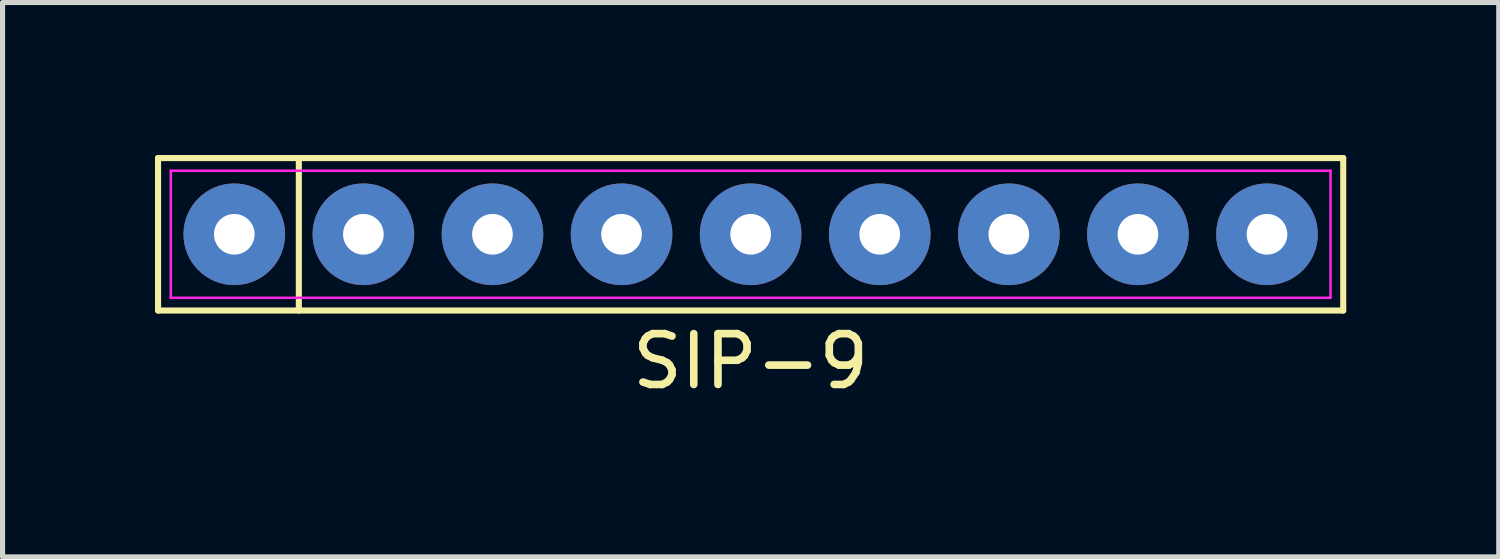
<source format=kicad_pcb>
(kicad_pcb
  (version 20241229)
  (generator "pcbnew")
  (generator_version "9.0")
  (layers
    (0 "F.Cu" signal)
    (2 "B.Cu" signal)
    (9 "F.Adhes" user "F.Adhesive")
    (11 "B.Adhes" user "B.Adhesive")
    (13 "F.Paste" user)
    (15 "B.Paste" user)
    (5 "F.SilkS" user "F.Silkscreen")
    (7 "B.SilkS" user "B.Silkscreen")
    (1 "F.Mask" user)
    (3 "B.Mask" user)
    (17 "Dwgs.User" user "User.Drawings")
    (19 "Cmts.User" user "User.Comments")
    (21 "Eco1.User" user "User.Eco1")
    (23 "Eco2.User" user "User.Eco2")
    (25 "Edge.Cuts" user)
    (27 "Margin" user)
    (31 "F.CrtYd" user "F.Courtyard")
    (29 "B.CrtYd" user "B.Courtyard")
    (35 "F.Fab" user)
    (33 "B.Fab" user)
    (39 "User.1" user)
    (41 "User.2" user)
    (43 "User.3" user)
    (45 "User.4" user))
  (footprint "SIP-9"
    (layer "F.Cu")
    (at 11.72 1.56)
    (property "Reference" "SIP-9" (at 0 2.5 0) (layer "F.SilkS") (effects (font (size 1 1) (thickness 0.15))))
    (attr through_hole)
    (fp_line (start -11.66 -1.5) (end 11.66 -1.5) (stroke (width 0.12) (type solid)) (layer "F.SilkS"))
    (fp_line (start -11.66 1.5) (end -11.66 -1.5) (stroke (width 0.12) (type solid)) (layer "F.SilkS"))
    (fp_line (start -8.89 -1.5) (end -8.89 1.5) (stroke (width 0.12) (type solid)) (layer "F.SilkS"))
    (fp_line (start 11.66 -1.5) (end 11.66 1.5) (stroke (width 0.12) (type solid)) (layer "F.SilkS"))
    (fp_line (start 11.66 1.5) (end -11.66 1.5) (stroke (width 0.12) (type solid)) (layer "F.SilkS"))
    (fp_line (start -11.41 -1.25) (end 11.41 -1.25) (stroke (width 0.05) (type solid)) (layer "F.CrtYd"))
    (fp_line (start -11.41 1.25) (end -11.41 -1.25) (stroke (width 0.05) (type solid)) (layer "F.CrtYd"))
    (fp_line (start 11.41 -1.25) (end 11.41 1.25) (stroke (width 0.05) (type solid)) (layer "F.CrtYd"))
    (fp_line (start 11.41 1.25) (end -11.41 1.25) (stroke (width 0.05) (type solid)) (layer "F.CrtYd"))
    (pad "1" thru_hole circle (at -10.16 0) (size 2 2) (drill 0.8) (layers "*.Cu" "*.Mask"))
    (pad "2" thru_hole circle (at -7.62 0) (size 2 2) (drill 0.8) (layers "*.Cu" "*.Mask"))
    (pad "3" thru_hole circle (at -5.08 0) (size 2 2) (drill 0.8) (layers "*.Cu" "*.Mask"))
    (pad "4" thru_hole circle (at -2.54 0) (size 2 2) (drill 0.8) (layers "*.Cu" "*.Mask"))
    (pad "5" thru_hole circle (at 0 0) (size 2 2) (drill 0.8) (layers "*.Cu" "*.Mask"))
    (pad "6" thru_hole circle (at 2.54 0) (size 2 2) (drill 0.8) (layers "*.Cu" "*.Mask"))
    (pad "7" thru_hole circle (at 5.08 0) (size 2 2) (drill 0.8) (layers "*.Cu" "*.Mask"))
    (pad "8" thru_hole circle (at 7.62 0) (size 2 2) (drill 0.8) (layers "*.Cu" "*.Mask"))
    (pad "9" thru_hole circle (at 10.16 0) (size 2 2) (drill 0.8) (layers "*.Cu" "*.Mask")))
  (gr_rect
    (start -3 -3)
    (end 26.44 7.908)
    (stroke (width 0.1) (type default))
    (fill no)
    (layer "Edge.Cuts")))
</source>
